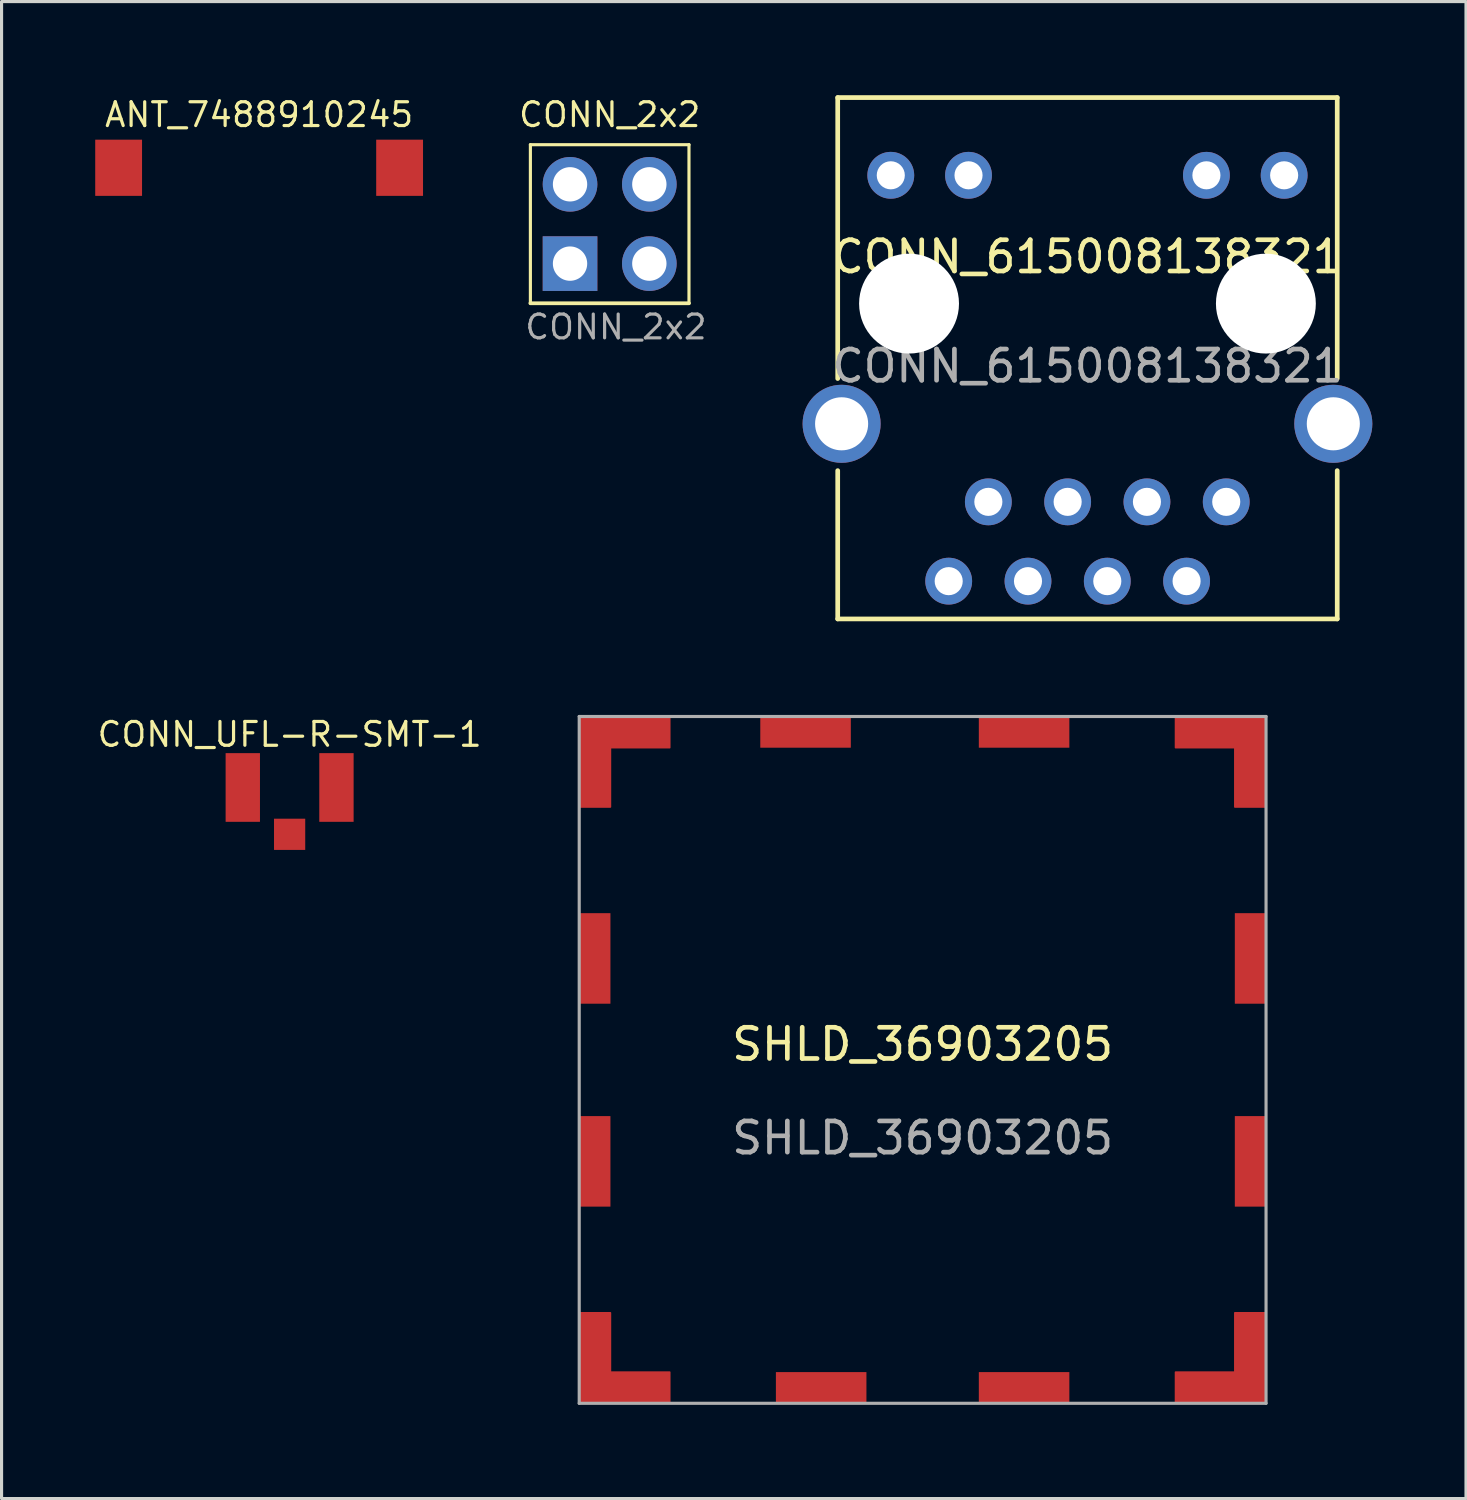
<source format=kicad_pcb>
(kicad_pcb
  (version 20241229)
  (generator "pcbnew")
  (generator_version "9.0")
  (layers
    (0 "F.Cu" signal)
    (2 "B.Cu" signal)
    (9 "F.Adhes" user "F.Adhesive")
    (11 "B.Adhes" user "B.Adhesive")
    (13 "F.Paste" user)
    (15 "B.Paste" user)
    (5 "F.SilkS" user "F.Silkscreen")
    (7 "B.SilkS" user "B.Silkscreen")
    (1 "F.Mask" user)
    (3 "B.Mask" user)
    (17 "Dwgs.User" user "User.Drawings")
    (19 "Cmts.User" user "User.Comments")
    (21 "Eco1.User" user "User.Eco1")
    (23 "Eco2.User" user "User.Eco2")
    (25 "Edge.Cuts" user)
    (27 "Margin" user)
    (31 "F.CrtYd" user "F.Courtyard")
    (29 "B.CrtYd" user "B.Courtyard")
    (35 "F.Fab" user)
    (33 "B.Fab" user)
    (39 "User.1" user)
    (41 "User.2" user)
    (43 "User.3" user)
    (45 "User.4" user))
  (footprint "CONN_UFL-R-SMT-1"
    (layer "F.Cu")
    (at 6.227 22.174)
    (property "Reference" "CONN_UFL-R-SMT-1" (at 0 -1.7 0) (layer "F.SilkS") (effects (font (size 0.762 0.762) (thickness 0.102))))
    (attr through_hole)
    (pad "0" smd rect (at -1.5 0) (size 1.1 2.2) (layers "F.Cu" "F.Mask" "F.Paste"))
    (pad "0" smd rect (at 1.5 0) (size 1.1 2.2) (layers "F.Cu" "F.Mask" "F.Paste"))
    (pad "1" smd rect (at 0 1.5) (size 1 1) (layers "F.Cu" "F.Mask" "F.Paste")))
  (footprint "CONN_615008138321"
    (layer "F.Cu")
    (at 31.783 6.675)
    (property "Reference" "CONN_615008138321" (at 0 -1.5 0) (unlocked yes) (layer "F.SilkS") (effects (font (size 1 1) (thickness 0.15))))
    (attr through_hole)
    (fp_line (start -8 -6.6) (end -8 2.4) (stroke (width 0.15) (type solid)) (layer "F.SilkS"))
    (fp_line (start -8 -6.6) (end 8 -6.6) (stroke (width 0.15) (type solid)) (layer "F.SilkS"))
    (fp_line (start -8 10.1) (end -8 5.35) (stroke (width 0.15) (type solid)) (layer "F.SilkS"))
    (fp_line (start -8 10.1) (end 8 10.1) (stroke (width 0.15) (type solid)) (layer "F.SilkS"))
    (fp_line (start 8 -6.6) (end 8 2.4) (stroke (width 0.15) (type solid)) (layer "F.SilkS"))
    (fp_line (start 8 10.1) (end 8 5.35) (stroke (width 0.15) (type solid)) (layer "F.SilkS"))
    (fp_text user "${REFERENCE}" (at 0 2 0) (unlocked yes) (layer "F.Fab") (effects (font (size 1 1) (thickness 0.15))))
    (pad "" np_thru_hole circle (at -5.715 0) (size 3.2 3.2) (drill 3.2) (layers "*.Cu" "*.Mask"))
    (pad "" np_thru_hole circle (at 5.715 0) (size 3.2 3.2) (drill 3.2) (layers "*.Cu" "*.Mask"))
    (pad "1" thru_hole circle (at 4.445 6.35) (size 1.5 1.5) (drill 0.9) (layers "*.Cu" "*.Mask"))
    (pad "2" thru_hole circle (at 3.175 8.89) (size 1.5 1.5) (drill 0.9) (layers "*.Cu" "*.Mask"))
    (pad "3" thru_hole circle (at 1.905 6.35) (size 1.5 1.5) (drill 0.9) (layers "*.Cu" "*.Mask"))
    (pad "4" thru_hole circle (at 0.635 8.89) (size 1.5 1.5) (drill 0.9) (layers "*.Cu" "*.Mask"))
    (pad "5" thru_hole circle (at -0.635 6.35) (size 1.5 1.5) (drill 0.9) (layers "*.Cu" "*.Mask"))
    (pad "6" thru_hole circle (at -1.905 8.89) (size 1.5 1.5) (drill 0.9) (layers "*.Cu" "*.Mask"))
    (pad "7" thru_hole circle (at -3.175 6.35) (size 1.5 1.5) (drill 0.9) (layers "*.Cu" "*.Mask"))
    (pad "8" thru_hole circle (at -4.445 8.89) (size 1.5 1.5) (drill 0.9) (layers "*.Cu" "*.Mask"))
    (pad "9" thru_hole circle (at -6.3 -4.11) (size 1.5 1.5) (drill 0.9) (layers "*.Cu" "*.Mask"))
    (pad "10" thru_hole circle (at -3.81 -4.11) (size 1.5 1.5) (drill 0.9) (layers "*.Cu" "*.Mask"))
    (pad "11" thru_hole circle (at 3.81 -4.11) (size 1.5 1.5) (drill 0.9) (layers "*.Cu" "*.Mask"))
    (pad "12" thru_hole circle (at 6.3 -4.11) (size 1.5 1.5) (drill 0.9) (layers "*.Cu" "*.Mask"))
    (pad "SHLD" thru_hole circle (at -7.875 3.85) (size 2.5 2.5) (drill 1.7) (layers "*.Cu" "*.Mask"))
    (pad "SHLD" thru_hole circle (at 7.875 3.85) (size 2.5 2.5) (drill 1.7) (layers "*.Cu" "*.Mask")))
  (footprint "SHLD_36903205"
    (layer "F.Cu")
    (at 26.503 30.9)
    (property "Reference" "SHLD_36903205" (at 0 -0.5 0) (unlocked yes) (layer "F.SilkS") (effects (font (size 1 1) (thickness 0.15))))
    (attr smd)
    (fp_line (start -11 -11) (end 11 -11) (stroke (width 0.1) (type solid)) (layer "F.Fab"))
    (fp_line (start -11 11) (end -11 -11) (stroke (width 0.1) (type solid)) (layer "F.Fab"))
    (fp_line (start 11 -11) (end 11 11) (stroke (width 0.1) (type solid)) (layer "F.Fab"))
    (fp_line (start 11 11) (end -11 11) (stroke (width 0.1) (type solid)) (layer "F.Fab"))
    (fp_line (start -10 -10) (end 10 -10) (stroke (width 0.05) (type solid)) (layer "User.1"))
    (fp_line (start -10 10) (end -10 -10) (stroke (width 0.05) (type solid)) (layer "User.1"))
    (fp_line (start 10 -10) (end 10 10) (stroke (width 0.05) (type solid)) (layer "User.1"))
    (fp_line (start 10 10) (end -10 10) (stroke (width 0.05) (type solid)) (layer "User.1"))
    (fp_text user "${REFERENCE}" (at 0 2.5 0) (unlocked yes) (layer "F.Fab") (effects (font (size 1 1) (thickness 0.15))))
    (pad "0" smd custom (at -10.5 -10.5) (size 1 1) (layers "F.Cu" "F.Mask" "F.Paste") (options (anchor rect)) (primitives (gr_poly (pts (xy -0.5 -0.5) (xy 2.4 -0.5) (xy 2.4 0.5) (xy 0.5 0.5) (xy 0.5 2.4) (xy -0.5 2.4)) (width 0.05) (fill yes))))
    (pad "0" smd rect (at -10.5 -3.25 270) (size 2.9 1) (layers "F.Cu" "F.Mask" "F.Paste"))
    (pad "0" smd rect (at -10.5 3.25 270) (size 2.9 1) (layers "F.Cu" "F.Mask" "F.Paste"))
    (pad "0" smd custom (at -10.5 10.5 90) (size 1 1) (layers "F.Cu" "F.Mask" "F.Paste") (options (anchor rect)) (primitives (gr_poly (pts (xy 2.4 0.5) (xy 0.5 0.5) (xy 0.5 2.4) (xy -0.5 2.4) (xy -0.5 -0.5) (xy 2.4 -0.5)) (width 0.05) (fill yes))))
    (pad "0" smd rect (at -3.75 -10.5) (size 2.9 1) (layers "F.Cu" "F.Mask" "F.Paste"))
    (pad "0" smd rect (at -3.25 10.5 180) (size 2.9 1) (layers "F.Cu" "F.Mask" "F.Paste"))
    (pad "0" smd rect (at 3.25 -10.5) (size 2.9 1) (layers "F.Cu" "F.Mask" "F.Paste"))
    (pad "0" smd rect (at 3.25 10.5 180) (size 2.9 1) (layers "F.Cu" "F.Mask" "F.Paste"))
    (pad "0" smd custom (at 10.5 -10.5 270) (size 1 1) (layers "F.Cu" "F.Mask" "F.Paste") (options (anchor rect)) (primitives (gr_poly (pts (xy 2.4 0.5) (xy 0.5 0.5) (xy 0.5 2.4) (xy -0.5 2.4) (xy -0.5 -0.5) (xy 2.4 -0.5)) (width 0.05) (fill yes))))
    (pad "0" smd rect (at 10.5 -3.25 90) (size 2.9 1) (layers "F.Cu" "F.Mask" "F.Paste"))
    (pad "0" smd rect (at 10.5 3.25 90) (size 2.9 1) (layers "F.Cu" "F.Mask" "F.Paste"))
    (pad "0" smd custom (at 10.5 10.5 180) (size 1 1) (layers "F.Cu" "F.Mask" "F.Paste") (options (anchor rect)) (primitives (gr_poly (pts (xy 2.4 0.5) (xy 0.5 0.5) (xy 0.5 2.4) (xy -0.5 2.4) (xy -0.5 -0.5) (xy 2.4 -0.5)) (width 0.05) (fill yes)))))
  (footprint "CONN_2x2"
    (layer "F.Cu")
    (at 16.479 4.124)
    (property "Reference" "CONN_2x2" (at 0 -3.5 0) (unlocked yes) (layer "F.SilkS") (effects (font (size 0.762 0.762) (thickness 0.102))))
    (attr through_hole)
    (fp_line (start -2.54 -2.54) (end 2.54 -2.54) (stroke (width 0.1) (type solid)) (layer "F.SilkS"))
    (fp_line (start -2.54 2.54) (end -2.54 -2.54) (stroke (width 0.1) (type solid)) (layer "F.SilkS"))
    (fp_line (start 2.54 -2.54) (end 2.54 2.54) (stroke (width 0.1) (type solid)) (layer "F.SilkS"))
    (fp_line (start 2.54 2.54) (end -2.54 2.54) (stroke (width 0.12) (type solid)) (layer "F.SilkS"))
    (fp_text user "${REFERENCE}" (at 0.2 3.3 0) (unlocked yes) (layer "F.Fab") (effects (font (size 0.762 0.762) (thickness 0.102))))
    (pad "1" thru_hole rect (at -1.27 1.27) (size 1.75 1.75) (drill 1.1) (layers "*.Cu" "*.Mask"))
    (pad "2" thru_hole circle (at -1.27 -1.27) (size 1.75 1.75) (drill 1.1) (layers "*.Cu" "*.Mask"))
    (pad "3" thru_hole circle (at 1.27 1.27) (size 1.75 1.75) (drill 1.1) (layers "*.Cu" "*.Mask"))
    (pad "4" thru_hole circle (at 1.27 -1.27) (size 1.75 1.75) (drill 1.1) (layers "*.Cu" "*.Mask")))
  (footprint "ANT_7488910245"
    (layer "F.Cu")
    (at 5.25 2.324)
    (property "Reference" "ANT_7488910245" (at 0 -1.7 0) (layer "F.SilkS") (effects (font (size 0.762 0.762) (thickness 0.102))))
    (attr through_hole)
    (pad "0" smd rect (at 4.5 0) (size 1.5 1.8) (layers "F.Cu" "F.Mask" "F.Paste"))
    (pad "1" smd rect (at -4.5 0) (size 1.5 1.8) (layers "F.Cu" "F.Mask" "F.Paste")))
  (gr_rect
    (start -3 -3)
    (end 43.908 44.95)
    (stroke (width 0.1) (type default))
    (fill no)
    (layer "Edge.Cuts")))
</source>
